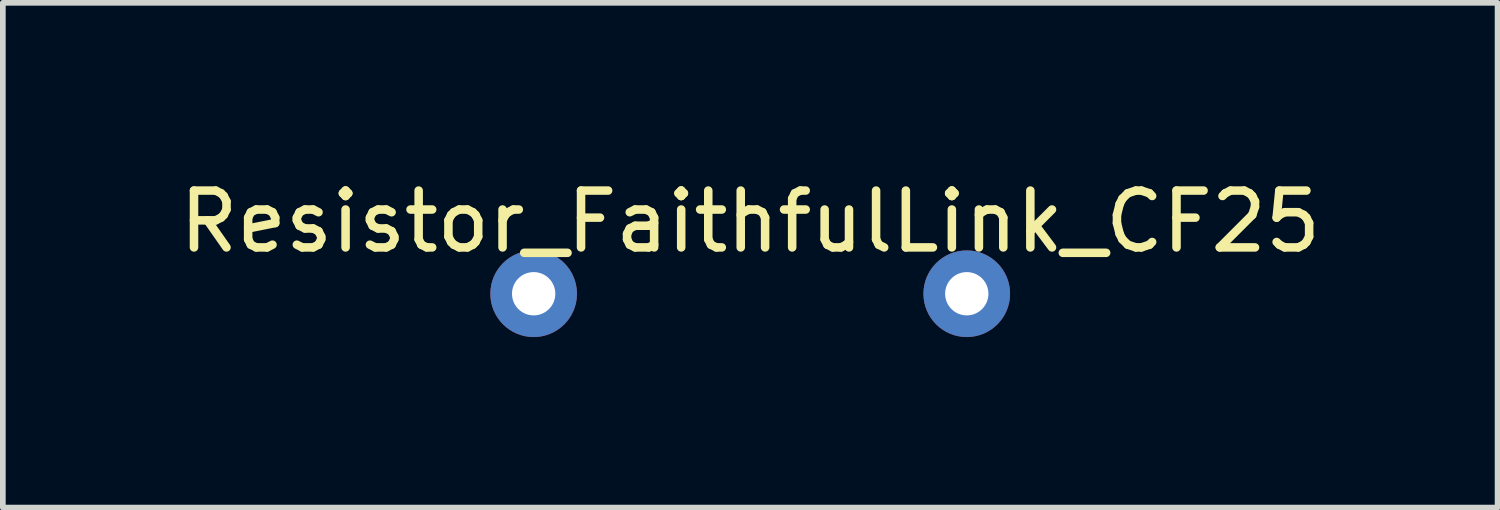
<source format=kicad_pcb>
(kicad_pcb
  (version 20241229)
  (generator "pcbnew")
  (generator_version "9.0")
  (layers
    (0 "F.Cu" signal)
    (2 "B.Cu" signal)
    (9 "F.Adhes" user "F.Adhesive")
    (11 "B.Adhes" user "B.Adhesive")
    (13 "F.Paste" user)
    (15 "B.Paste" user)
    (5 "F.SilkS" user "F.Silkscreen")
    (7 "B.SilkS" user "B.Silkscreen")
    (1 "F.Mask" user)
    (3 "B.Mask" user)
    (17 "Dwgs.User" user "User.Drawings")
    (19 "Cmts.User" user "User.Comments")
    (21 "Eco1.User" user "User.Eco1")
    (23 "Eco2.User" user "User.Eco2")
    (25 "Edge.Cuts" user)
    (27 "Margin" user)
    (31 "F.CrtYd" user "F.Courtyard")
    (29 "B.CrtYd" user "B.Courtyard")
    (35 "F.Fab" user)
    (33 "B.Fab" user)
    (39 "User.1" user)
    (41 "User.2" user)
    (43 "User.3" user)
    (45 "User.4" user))
  (footprint "Resistor_FaithfulLink_CF25"
    (layer "F.Cu")
    (at 10.149 2.118)
    (property "Reference" "Resistor_FaithfulLink_CF25" (at 0 -1.27 0) (layer "F.SilkS") (effects (font (size 1 1) (thickness 0.15))))
    (attr through_hole)
    (pad "1" thru_hole circle (at 3.81 0) (size 1.524 1.524) (drill 0.762) (layers "*.Cu" "*.Mask"))
    (pad "2" thru_hole circle (at -3.81 0) (size 1.524 1.524) (drill 0.762) (layers "*.Cu" "*.Mask")))
  (gr_rect
    (start -3 -3)
    (end 23.298 5.88)
    (stroke (width 0.1) (type default))
    (fill no)
    (layer "Edge.Cuts")))
</source>
